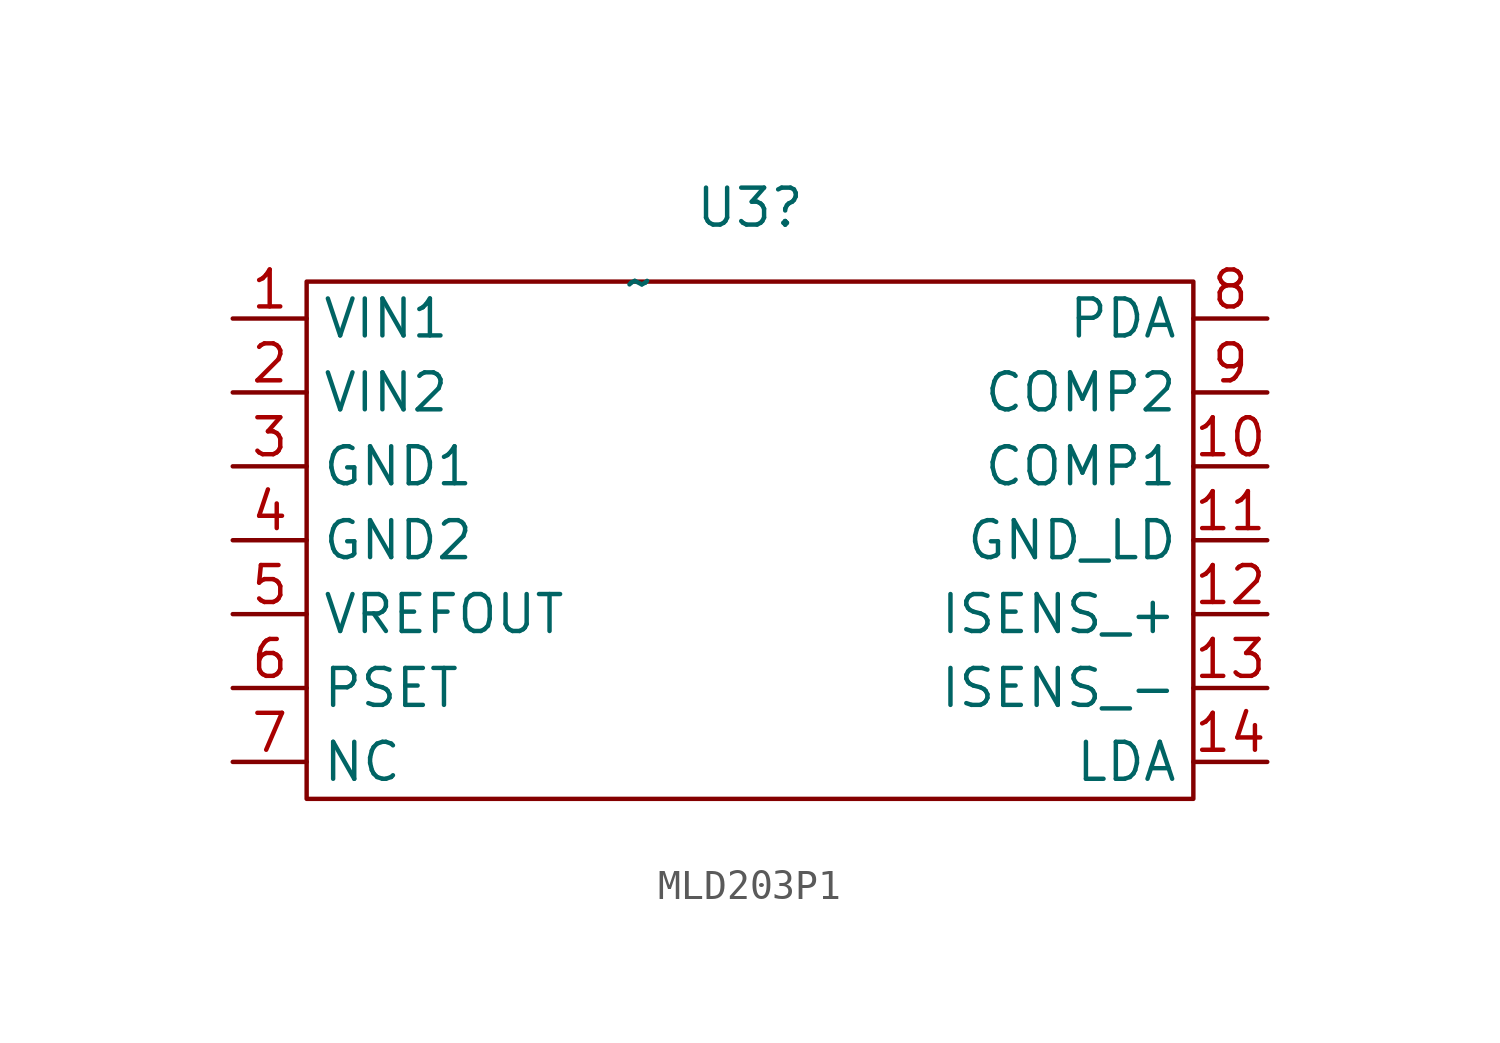
<source format=kicad_sym>
(kicad_symbol_lib
  (version 20231120)
  (generator "kicad_symbol_editor")
  (generator_version "8.0")
  (symbol "MLD203P1"
    (property "Reference" "U3"
      (at 3.81 2.54 0)
      (effects (font (size 1.27 1.27))))
    (property "Value" "~"
      (at 0 0 0)
      (effects (font (size 1.27 1.27))))
    (symbol "MLD203P1_0_1"
      (rectangle (start 19.05 0) (end -11.43 -17.78) (stroke (width 0) (type default)) (fill (type none))))
    (symbol "MLD203P1_1_1"
      (pin input line (at -13.97 -1.27 0) (length 2.54) (name "VIN1" (effects (font (size 1.27 1.27)))) (number "1" (effects (font (size 1.27 1.27)))))
      (pin input line (at 21.59 -6.35 180) (length 2.54) (name "COMP1" (effects (font (size 1.27 1.27)))) (number "10" (effects (font (size 1.27 1.27)))))
      (pin input line (at 21.59 -8.89 180) (length 2.54) (name "GND_LD" (effects (font (size 1.27 1.27)))) (number "11" (effects (font (size 1.27 1.27)))))
      (pin input line (at 21.59 -11.43 180) (length 2.54) (name "ISENS_+" (effects (font (size 1.27 1.27)))) (number "12" (effects (font (size 1.27 1.27)))))
      (pin input line (at 21.59 -13.97 180) (length 2.54) (name "ISENS_-" (effects (font (size 1.27 1.27)))) (number "13" (effects (font (size 1.27 1.27)))))
      (pin input line (at 21.59 -16.51 180) (length 2.54) (name "LDA" (effects (font (size 1.27 1.27)))) (number "14" (effects (font (size 1.27 1.27)))))
      (pin input line (at -13.97 -3.81 0) (length 2.54) (name "VIN2" (effects (font (size 1.27 1.27)))) (number "2" (effects (font (size 1.27 1.27)))))
      (pin input line (at -13.97 -6.35 0) (length 2.54) (name "GND1" (effects (font (size 1.27 1.27)))) (number "3" (effects (font (size 1.27 1.27)))))
      (pin input line (at -13.97 -8.89 0) (length 2.54) (name "GND2" (effects (font (size 1.27 1.27)))) (number "4" (effects (font (size 1.27 1.27)))))
      (pin input line (at -13.97 -11.43 0) (length 2.54) (name "VREFOUT" (effects (font (size 1.27 1.27)))) (number "5" (effects (font (size 1.27 1.27)))))
      (pin input line (at -13.97 -13.97 0) (length 2.54) (name "PSET" (effects (font (size 1.27 1.27)))) (number "6" (effects (font (size 1.27 1.27)))))
      (pin input line (at -13.97 -16.51 0) (length 2.54) (name "NC" (effects (font (size 1.27 1.27)))) (number "7" (effects (font (size 1.27 1.27)))))
      (pin input line (at 21.59 -1.27 180) (length 2.54) (name "PDA" (effects (font (size 1.27 1.27)))) (number "8" (effects (font (size 1.27 1.27)))))
      (pin input line (at 21.59 -3.81 180) (length 2.54) (name "COMP2" (effects (font (size 1.27 1.27)))) (number "9" (effects (font (size 1.27 1.27))))))))
</source>
